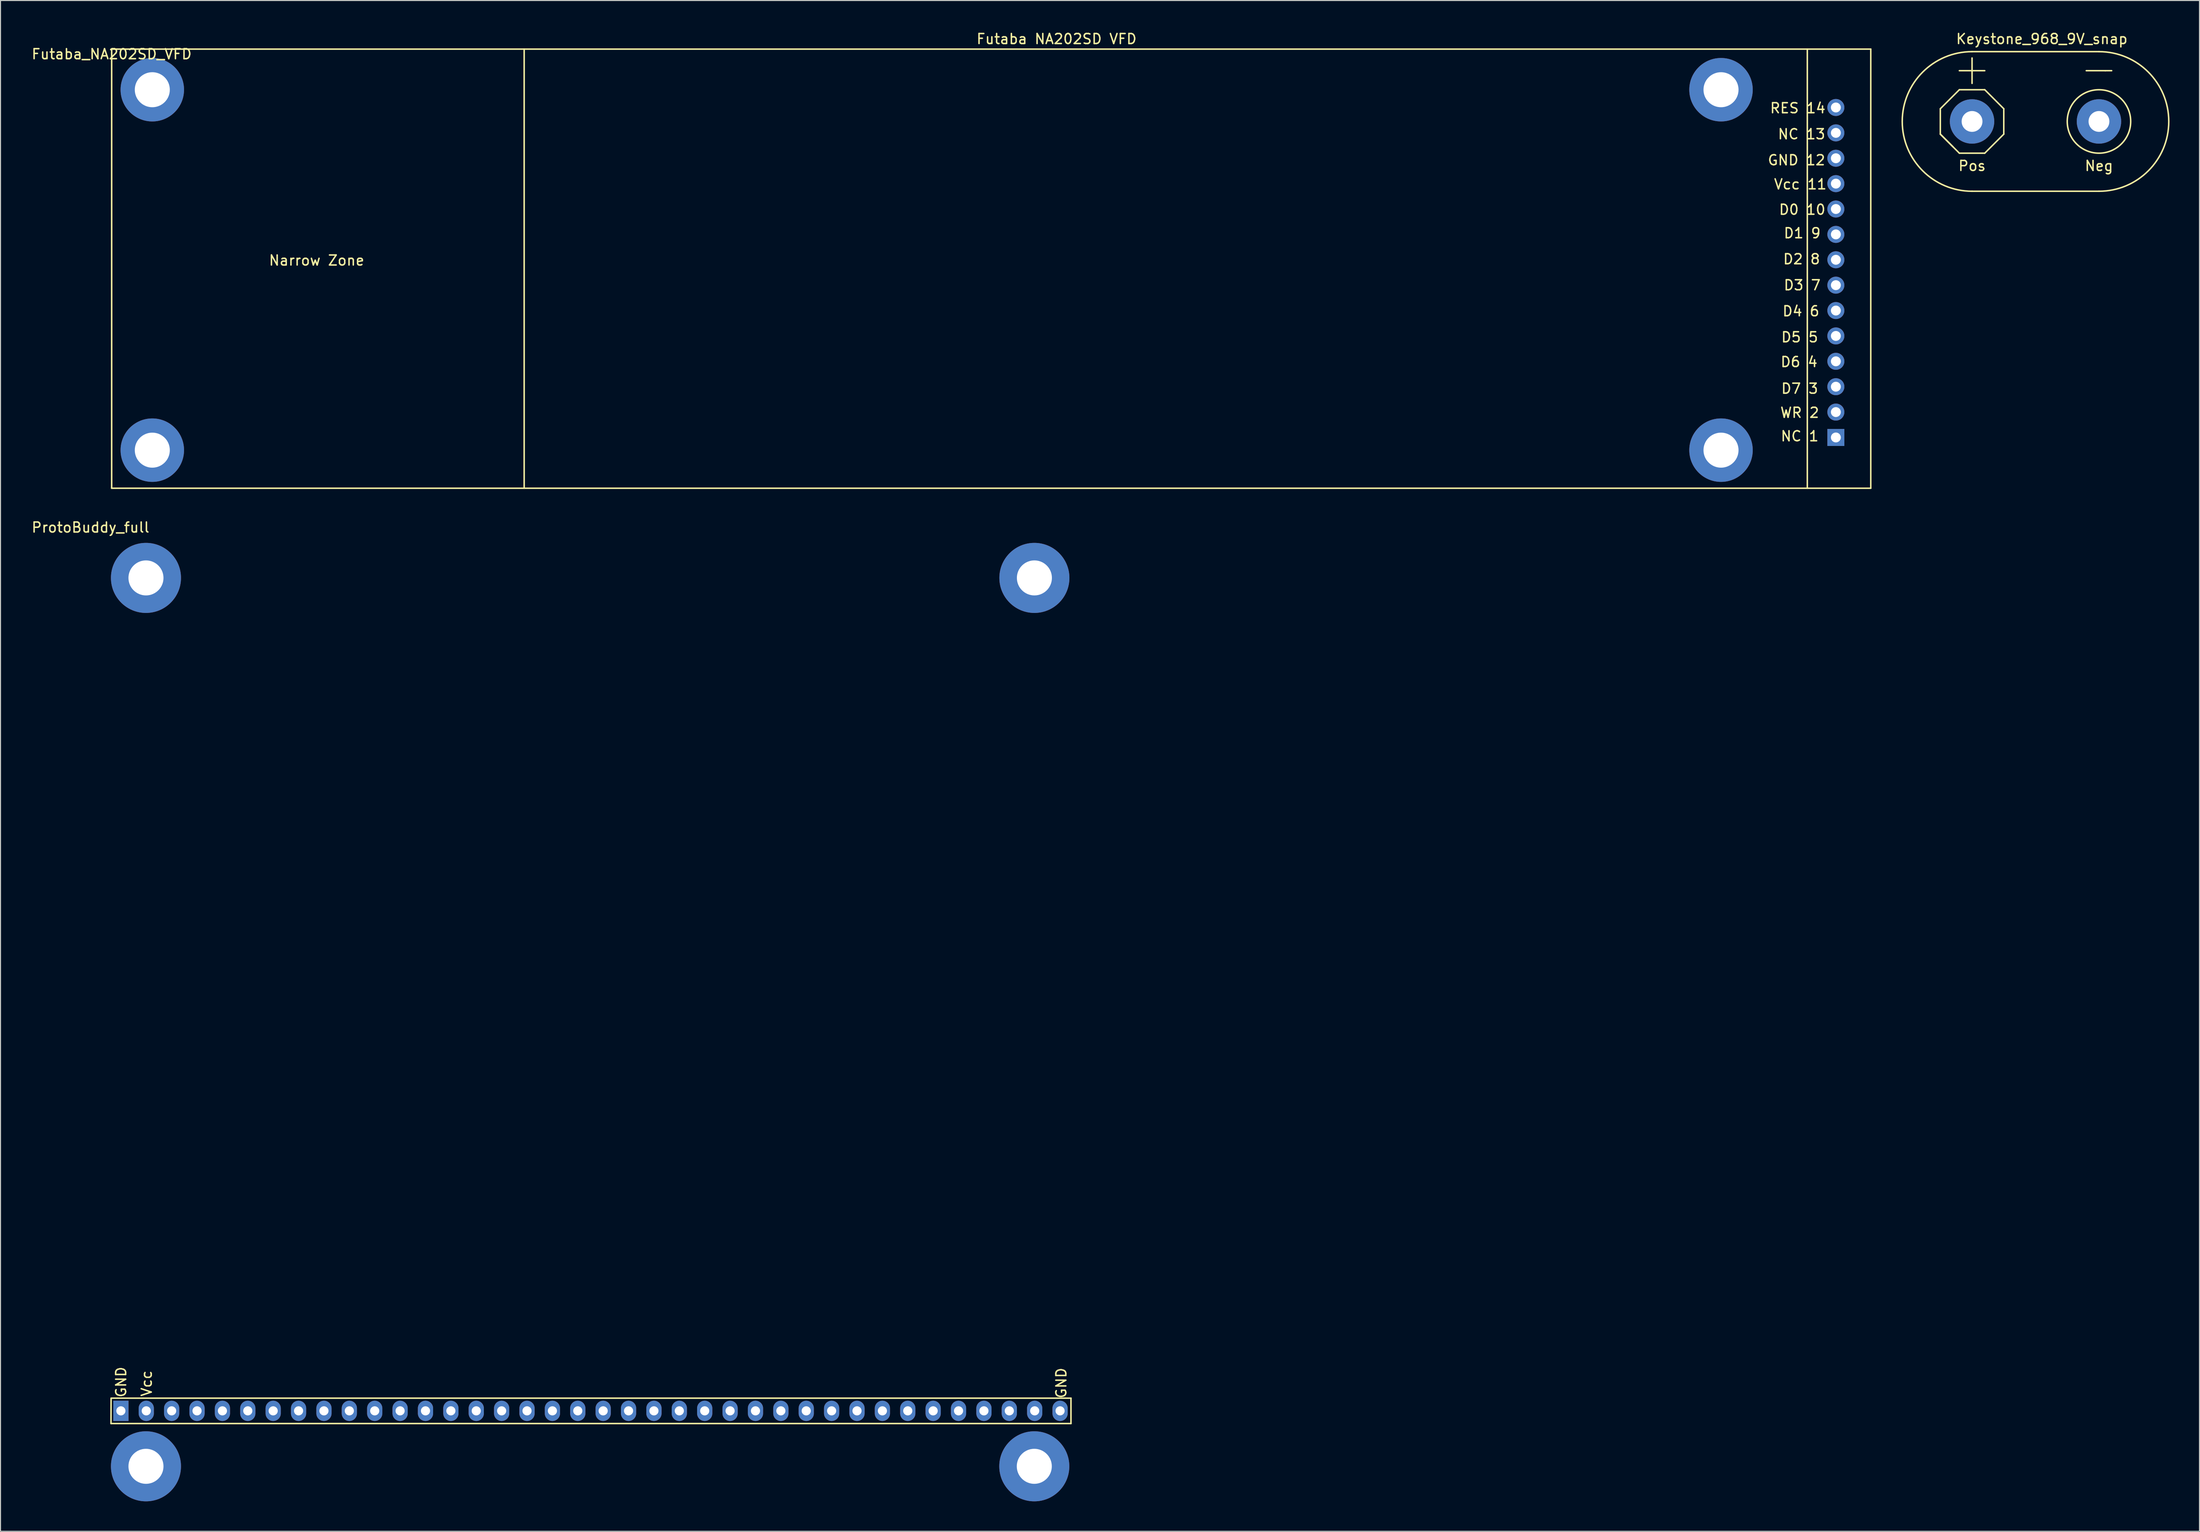
<source format=kicad_pcb>
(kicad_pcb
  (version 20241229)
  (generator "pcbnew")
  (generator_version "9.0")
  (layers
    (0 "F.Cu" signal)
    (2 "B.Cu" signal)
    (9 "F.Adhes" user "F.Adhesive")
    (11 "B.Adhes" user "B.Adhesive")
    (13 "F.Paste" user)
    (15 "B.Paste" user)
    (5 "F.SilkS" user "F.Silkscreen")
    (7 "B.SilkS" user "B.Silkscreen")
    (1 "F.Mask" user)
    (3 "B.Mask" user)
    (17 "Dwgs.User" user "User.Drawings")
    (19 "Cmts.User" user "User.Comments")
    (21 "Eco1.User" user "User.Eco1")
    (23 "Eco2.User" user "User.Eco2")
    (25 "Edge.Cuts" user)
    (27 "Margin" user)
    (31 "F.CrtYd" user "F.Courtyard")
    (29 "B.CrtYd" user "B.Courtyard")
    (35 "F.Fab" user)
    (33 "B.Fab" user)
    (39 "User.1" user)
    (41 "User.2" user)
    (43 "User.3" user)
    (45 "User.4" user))
  (footprint "Keystone_968_9V_snap"
    (layer "F.Cu")
    (at 194.282 9.103)
    (property "Reference" "Keystone_968_9V_snap" (at 6.985 -8.255 0) (layer "F.SilkS") (effects (font (size 1 1) (thickness 0.15))))
    (attr through_hole)
    (fp_line (start -3.175 -1.27) (end -1.27 -3.175) (stroke (width 0.15) (type solid)) (layer "F.SilkS"))
    (fp_line (start -3.175 1.27) (end -3.175 -1.27) (stroke (width 0.15) (type solid)) (layer "F.SilkS"))
    (fp_line (start -3.175 1.27) (end -1.27 3.175) (stroke (width 0.15) (type solid)) (layer "F.SilkS"))
    (fp_line (start -1.905 2.54) (end -3.175 1.27) (stroke (width 0.15) (type solid)) (layer "F.SilkS"))
    (fp_line (start -1.27 -5.08) (end 1.27 -5.08) (stroke (width 0.15) (type solid)) (layer "F.SilkS"))
    (fp_line (start -1.27 -3.175) (end 1.27 -3.175) (stroke (width 0.15) (type solid)) (layer "F.SilkS"))
    (fp_line (start -1.27 3.175) (end 1.27 3.175) (stroke (width 0.15) (type solid)) (layer "F.SilkS"))
    (fp_line (start 0 -6.985) (end 12.7 -6.985) (stroke (width 0.15) (type solid)) (layer "F.SilkS"))
    (fp_line (start 0 -6.35) (end 0 -3.81) (stroke (width 0.15) (type solid)) (layer "F.SilkS"))
    (fp_line (start 0 6.985) (end 12.7 6.985) (stroke (width 0.15) (type solid)) (layer "F.SilkS"))
    (fp_line (start 1.27 -3.175) (end 3.175 -1.27) (stroke (width 0.15) (type solid)) (layer "F.SilkS"))
    (fp_line (start 1.27 3.175) (end 3.175 1.27) (stroke (width 0.15) (type solid)) (layer "F.SilkS"))
    (fp_line (start 3.175 -1.27) (end 3.175 1.27) (stroke (width 0.15) (type solid)) (layer "F.SilkS"))
    (fp_line (start 11.43 -5.08) (end 13.335 -5.08) (stroke (width 0.15) (type solid)) (layer "F.SilkS"))
    (fp_line (start 13.335 -5.08) (end 13.97 -5.08) (stroke (width 0.15) (type solid)) (layer "F.SilkS"))
    (fp_arc (start 0 6.985) (mid -6.985 0) (end 0 -6.985) (stroke (width 0.15) (type solid)) (layer "F.SilkS"))
    (fp_arc (start 12.7 -6.985) (mid 19.685 0) (end 12.7 6.985) (stroke (width 0.15) (type solid)) (layer "F.SilkS"))
    (fp_circle (center 12.7 0) (end 15.875 0) (stroke (width 0.15) (type solid)) (fill no) (layer "F.SilkS"))
    (fp_text user "Neg" (at 12.7 4.445 0) (layer "F.SilkS") (effects (font (size 1 1) (thickness 0.15))))
    (fp_text user "Pos" (at 0 4.445 0) (layer "F.SilkS") (effects (font (size 1 1) (thickness 0.15))))
    (pad "1" thru_hole circle (at 0 0) (size 4.445 4.445) (drill 2.083) (layers "*.Cu" "*.Mask"))
    (pad "2" thru_hole circle (at 12.7 0) (size 4.445 4.445) (drill 2.083) (layers "*.Cu" "*.Mask")))
  (footprint "ProtoBuddy_full"
    (layer "F.Cu")
    (at 6.006 49.23)
    (property "Reference" "ProtoBuddy_full" (at 0 0.5 0) (layer "F.SilkS") (effects (font (size 1 1) (thickness 0.15))))
    (attr through_hole)
    (fp_line (start 2.05 90.17) (end 2.06 87.63) (stroke (width 0.15) (type solid)) (layer "F.SilkS"))
    (fp_line (start 2.11 87.63) (end 98.11 87.63) (stroke (width 0.15) (type solid)) (layer "F.SilkS"))
    (fp_line (start 98.11 87.63) (end 98.11 90.17) (stroke (width 0.15) (type solid)) (layer "F.SilkS"))
    (fp_line (start 98.11 90.17) (end 2.05 90.17) (stroke (width 0.15) (type solid)) (layer "F.SilkS"))
    (fp_text user "GND" (at 3.06 86.02 90) (layer "F.SilkS") (effects (font (size 1 1) (thickness 0.15))))
    (fp_text user "Vcc" (at 5.62 86.16 90) (layer "F.SilkS") (effects (font (size 1 1) (thickness 0.15))))
    (fp_text user "GND" (at 97.14 86.12 90) (layer "F.SilkS") (effects (font (size 1 1) (thickness 0.15))))
    (pad "1" thru_hole rect (at 3.04 88.9) (size 1.524 2.032) (drill 0.914) (layers "*.Cu" "*.Mask"))
    (pad "2" thru_hole oval (at 5.58 88.9) (size 1.524 2.032) (drill 0.914) (layers "*.Cu" "*.Mask"))
    (pad "3" thru_hole oval (at 8.12 88.9) (size 1.524 2.032) (drill 0.914) (layers "*.Cu" "*.Mask"))
    (pad "4" thru_hole oval (at 10.66 88.9) (size 1.524 2.032) (drill 0.914) (layers "*.Cu" "*.Mask"))
    (pad "5" thru_hole oval (at 13.2 88.9) (size 1.524 2.032) (drill 0.914) (layers "*.Cu" "*.Mask"))
    (pad "6" thru_hole oval (at 15.74 88.9) (size 1.524 2.032) (drill 0.914) (layers "*.Cu" "*.Mask"))
    (pad "7" thru_hole oval (at 18.28 88.9) (size 1.524 2.032) (drill 0.914) (layers "*.Cu" "*.Mask"))
    (pad "8" thru_hole oval (at 20.82 88.9) (size 1.524 2.032) (drill 0.914) (layers "*.Cu" "*.Mask"))
    (pad "9" thru_hole oval (at 23.36 88.9) (size 1.524 2.032) (drill 0.914) (layers "*.Cu" "*.Mask"))
    (pad "10" thru_hole oval (at 25.9 88.9) (size 1.524 2.032) (drill 0.914) (layers "*.Cu" "*.Mask"))
    (pad "11" thru_hole oval (at 28.44 88.9) (size 1.524 2.032) (drill 0.914) (layers "*.Cu" "*.Mask"))
    (pad "12" thru_hole oval (at 30.98 88.9) (size 1.524 2.032) (drill 0.914) (layers "*.Cu" "*.Mask"))
    (pad "13" thru_hole oval (at 33.52 88.9) (size 1.524 2.032) (drill 0.914) (layers "*.Cu" "*.Mask"))
    (pad "14" thru_hole oval (at 36.06 88.9) (size 1.524 2.032) (drill 0.914) (layers "*.Cu" "*.Mask"))
    (pad "15" thru_hole oval (at 38.6 88.9) (size 1.524 2.032) (drill 0.914) (layers "*.Cu" "*.Mask"))
    (pad "16" thru_hole oval (at 41.14 88.9) (size 1.524 2.032) (drill 0.914) (layers "*.Cu" "*.Mask"))
    (pad "17" thru_hole oval (at 43.68 88.9) (size 1.524 2.032) (drill 0.914) (layers "*.Cu" "*.Mask"))
    (pad "18" thru_hole oval (at 46.22 88.9) (size 1.524 2.032) (drill 0.914) (layers "*.Cu" "*.Mask"))
    (pad "19" thru_hole oval (at 48.76 88.9) (size 1.524 2.032) (drill 0.914) (layers "*.Cu" "*.Mask"))
    (pad "20" thru_hole oval (at 51.3 88.9) (size 1.524 2.032) (drill 0.914) (layers "*.Cu" "*.Mask"))
    (pad "21" thru_hole oval (at 53.84 88.9) (size 1.524 2.032) (drill 0.914) (layers "*.Cu" "*.Mask"))
    (pad "22" thru_hole oval (at 56.38 88.9) (size 1.524 2.032) (drill 0.914) (layers "*.Cu" "*.Mask"))
    (pad "23" thru_hole oval (at 58.92 88.9) (size 1.524 2.032) (drill 0.914) (layers "*.Cu" "*.Mask"))
    (pad "24" thru_hole oval (at 61.46 88.9) (size 1.524 2.032) (drill 0.914) (layers "*.Cu" "*.Mask"))
    (pad "25" thru_hole oval (at 64 88.9) (size 1.524 2.032) (drill 0.914) (layers "*.Cu" "*.Mask"))
    (pad "26" thru_hole oval (at 66.54 88.9) (size 1.524 2.032) (drill 0.914) (layers "*.Cu" "*.Mask"))
    (pad "27" thru_hole oval (at 69.08 88.9) (size 1.524 2.032) (drill 0.914) (layers "*.Cu" "*.Mask"))
    (pad "28" thru_hole oval (at 71.62 88.9) (size 1.524 2.032) (drill 0.914) (layers "*.Cu" "*.Mask"))
    (pad "29" thru_hole oval (at 74.16 88.9) (size 1.524 2.032) (drill 0.914) (layers "*.Cu" "*.Mask"))
    (pad "30" thru_hole oval (at 76.7 88.9) (size 1.524 2.032) (drill 0.914) (layers "*.Cu" "*.Mask"))
    (pad "31" thru_hole oval (at 79.24 88.9) (size 1.524 2.032) (drill 0.914) (layers "*.Cu" "*.Mask"))
    (pad "32" thru_hole oval (at 81.78 88.9) (size 1.524 2.032) (drill 0.914) (layers "*.Cu" "*.Mask"))
    (pad "33" thru_hole oval (at 84.32 88.9) (size 1.524 2.032) (drill 0.914) (layers "*.Cu" "*.Mask"))
    (pad "34" thru_hole oval (at 86.86 88.9) (size 1.524 2.032) (drill 0.914) (layers "*.Cu" "*.Mask"))
    (pad "35" thru_hole oval (at 89.4 88.9) (size 1.524 2.032) (drill 0.914) (layers "*.Cu" "*.Mask"))
    (pad "36" thru_hole oval (at 91.94 88.9) (size 1.524 2.032) (drill 0.914) (layers "*.Cu" "*.Mask"))
    (pad "37" thru_hole oval (at 94.48 88.9) (size 1.524 2.032) (drill 0.914) (layers "*.Cu" "*.Mask"))
    (pad "38" thru_hole oval (at 97.02 88.9) (size 1.524 2.032) (drill 0.914) (layers "*.Cu" "*.Mask"))
    (pad "39" thru_hole circle (at 5.55 5.55) (size 7.01 7.01) (drill 3.505) (layers "*.Cu" "*.Mask"))
    (pad "40" thru_hole circle (at 94.45 5.55) (size 7.01 7.01) (drill 3.505) (layers "*.Cu" "*.Mask"))
    (pad "41" thru_hole circle (at 94.44 94.45) (size 7.01 7.01) (drill 3.505) (layers "*.Cu" "*.Mask"))
    (pad "42" thru_hole circle (at 5.55 94.45) (size 7.01 7.01) (drill 3.505) (layers "*.Cu" "*.Mask")))
  (footprint "Futaba_NA202SD_VFD"
    (layer "F.Cu")
    (at 180.655 40.726)
    (property "Reference" "Futaba_NA202SD_VFD" (at -172.53 -38.362 0) (layer "F.SilkS") (effects (font (size 1 1) (thickness 0.15))))
    (attr through_hole)
    (fp_line (start -172.53 -38.862) (end 3.493 -38.862) (stroke (width 0.15) (type solid)) (layer "F.SilkS"))
    (fp_line (start -172.53 5.08) (end -172.53 -38.862) (stroke (width 0.15) (type solid)) (layer "F.SilkS"))
    (fp_line (start -131.255 -38.862) (end -131.255 5.08) (stroke (width 0.15) (type solid)) (layer "F.SilkS"))
    (fp_line (start -2.857 -38.862) (end -2.857 5.08) (stroke (width 0.15) (type solid)) (layer "F.SilkS"))
    (fp_line (start 3.493 -38.862) (end 3.493 5.08) (stroke (width 0.15) (type solid)) (layer "F.SilkS"))
    (fp_line (start 3.493 5.08) (end -172.53 5.08) (stroke (width 0.15) (type solid)) (layer "F.SilkS"))
    (fp_text user "D2 8" (at -3.429 -17.843 0) (layer "F.SilkS") (effects (font (size 1 1) (thickness 0.15))))
    (fp_text user "D3 7" (at -3.365 -15.24 0) (layer "F.SilkS") (effects (font (size 1 1) (thickness 0.15))))
    (fp_text user "D1 9" (at -3.365 -20.447 0) (layer "F.SilkS") (effects (font (size 1 1) (thickness 0.15))))
    (fp_text user "RES 14" (at -3.81 -32.956 0) (layer "F.SilkS") (effects (font (size 1 1) (thickness 0.15))))
    (fp_text user "Narrow Zone" (at -152.019 -17.716 0) (layer "F.SilkS") (effects (font (size 1 1) (thickness 0.15))))
    (fp_text user "D4 6" (at -3.493 -12.636 0) (layer "F.SilkS") (effects (font (size 1 1) (thickness 0.15))))
    (fp_text user "D0 10" (at -3.365 -22.797 0) (layer "F.SilkS") (effects (font (size 1 1) (thickness 0.15))))
    (fp_text user "NC 13" (at -3.429 -30.353 0) (layer "F.SilkS") (effects (font (size 1 1) (thickness 0.15))))
    (fp_text user "D7 3" (at -3.619 -4.889 0) (layer "F.SilkS") (effects (font (size 1 1) (thickness 0.15))))
    (fp_text user "Futaba NA202SD VFD" (at -77.978 -39.878 0) (layer "F.SilkS") (effects (font (size 1 1) (thickness 0.15))))
    (fp_text user "Vcc 11" (at -3.556 -25.337 0) (layer "F.SilkS") (effects (font (size 1 1) (thickness 0.15))))
    (fp_text user "D5 5" (at -3.619 -10.033 0) (layer "F.SilkS") (effects (font (size 1 1) (thickness 0.15))))
    (fp_text user "GND 12" (at -3.937 -27.75 0) (layer "F.SilkS") (effects (font (size 1 1) (thickness 0.15))))
    (fp_text user "D6 4" (at -3.683 -7.556 0) (layer "F.SilkS") (effects (font (size 1 1) (thickness 0.15))))
    (fp_text user "NC 1" (at -3.619 -0.127 0) (layer "F.SilkS") (effects (font (size 1 1) (thickness 0.15))))
    (fp_text user "WR 2" (at -3.619 -2.477 0) (layer "F.SilkS") (effects (font (size 1 1) (thickness 0.15))))
    (pad "1" thru_hole rect (at 0 0) (size 1.702 1.702) (drill 0.991) (layers "*.Cu" "*.Mask"))
    (pad "2" thru_hole circle (at 0 -2.54) (size 1.702 1.702) (drill 0.991) (layers "*.Cu" "*.Mask"))
    (pad "3" thru_hole circle (at 0 -5.08) (size 1.702 1.702) (drill 0.991) (layers "*.Cu" "*.Mask"))
    (pad "4" thru_hole circle (at 0 -7.62) (size 1.702 1.702) (drill 0.991) (layers "*.Cu" "*.Mask"))
    (pad "5" thru_hole circle (at 0 -10.16) (size 1.702 1.702) (drill 0.991) (layers "*.Cu" "*.Mask"))
    (pad "6" thru_hole circle (at 0 -12.7) (size 1.702 1.702) (drill 0.991) (layers "*.Cu" "*.Mask"))
    (pad "7" thru_hole circle (at 0 -15.24) (size 1.702 1.702) (drill 0.991) (layers "*.Cu" "*.Mask"))
    (pad "8" thru_hole circle (at 0 -17.78) (size 1.702 1.702) (drill 0.991) (layers "*.Cu" "*.Mask"))
    (pad "9" thru_hole circle (at 0 -20.32) (size 1.702 1.702) (drill 0.991) (layers "*.Cu" "*.Mask"))
    (pad "10" thru_hole circle (at 0 -22.86) (size 1.702 1.702) (drill 0.991) (layers "*.Cu" "*.Mask"))
    (pad "11" thru_hole circle (at 0 -25.4) (size 1.702 1.702) (drill 0.991) (layers "*.Cu" "*.Mask"))
    (pad "12" thru_hole circle (at 0 -27.94) (size 1.702 1.702) (drill 0.991) (layers "*.Cu" "*.Mask"))
    (pad "13" thru_hole circle (at 0 -30.48) (size 1.702 1.702) (drill 0.991) (layers "*.Cu" "*.Mask"))
    (pad "14" thru_hole circle (at 0 -33.02) (size 1.702 1.702) (drill 0.991) (layers "*.Cu" "*.Mask"))
    (pad "15" thru_hole circle (at -168.465 -34.798) (size 6.35 6.35) (drill 3.505) (layers "*.Cu" "*.Mask"))
    (pad "16" thru_hole circle (at -11.493 -34.798) (size 6.35 6.35) (drill 3.505) (layers "*.Cu" "*.Mask"))
    (pad "17" thru_hole circle (at -11.493 1.27) (size 6.35 6.35) (drill 3.505) (layers "*.Cu" "*.Mask"))
    (pad "18" thru_hole circle (at -168.465 1.27) (size 6.35 6.35) (drill 3.505) (layers "*.Cu" "*.Mask")))
  (gr_rect
    (start -3 -3)
    (end 217.042 150.185)
    (stroke (width 0.1) (type default))
    (fill no)
    (layer "Edge.Cuts")))
</source>
